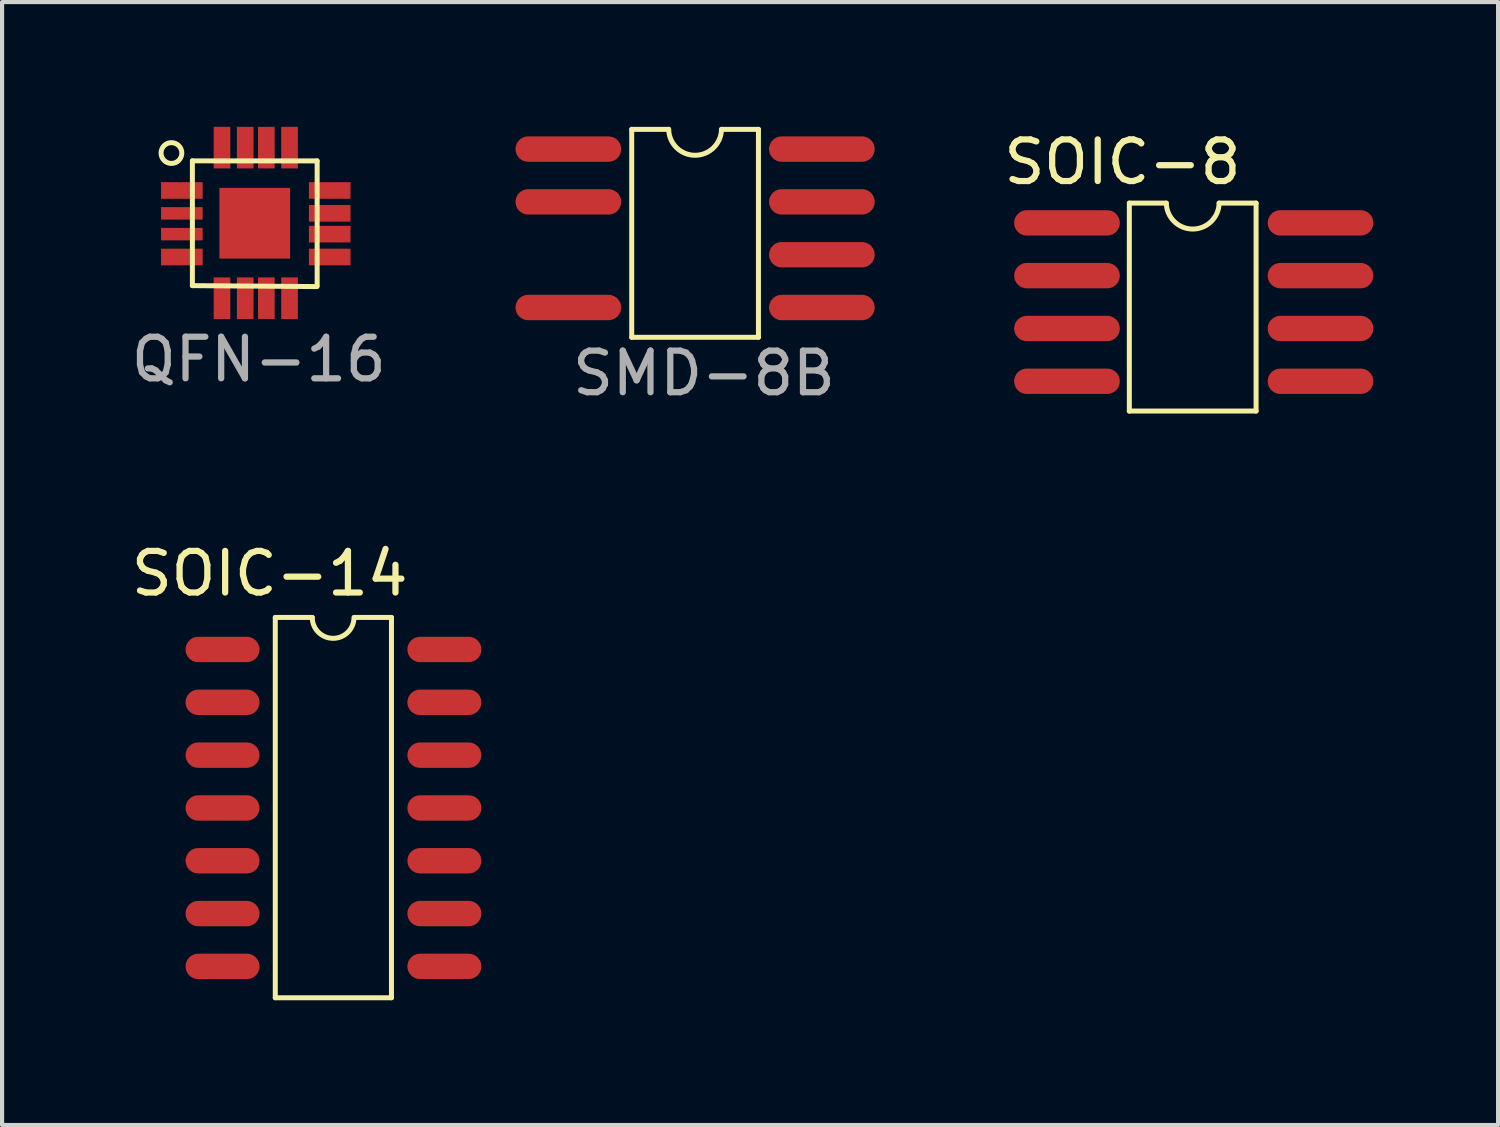
<source format=kicad_pcb>
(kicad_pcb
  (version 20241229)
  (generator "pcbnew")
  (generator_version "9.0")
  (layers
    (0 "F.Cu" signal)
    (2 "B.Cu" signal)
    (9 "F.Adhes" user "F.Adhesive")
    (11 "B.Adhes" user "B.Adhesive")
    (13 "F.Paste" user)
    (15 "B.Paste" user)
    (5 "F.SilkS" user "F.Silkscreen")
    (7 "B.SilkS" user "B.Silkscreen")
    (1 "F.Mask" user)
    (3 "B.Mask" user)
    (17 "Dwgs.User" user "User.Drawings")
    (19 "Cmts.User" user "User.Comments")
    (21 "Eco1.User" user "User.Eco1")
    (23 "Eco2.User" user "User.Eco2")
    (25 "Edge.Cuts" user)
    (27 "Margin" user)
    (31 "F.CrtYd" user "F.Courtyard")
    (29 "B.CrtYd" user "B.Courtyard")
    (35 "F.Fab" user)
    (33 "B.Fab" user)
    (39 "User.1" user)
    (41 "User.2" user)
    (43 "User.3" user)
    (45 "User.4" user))
  (footprint "SMD-8B"
    (layer "F.Cu")
    (at 13.727 2.376)
    (property "Reference" "SMD-8B" (at 0.15 3.55 0) (layer "F.Fab") (effects (font (size 1 1) (thickness 0.15))))
    (attr smd)
    (fp_line (start -1.587 -2.316) (end -1.587 2.684) (stroke (width 0.12) (type solid)) (layer "F.SilkS"))
    (fp_line (start -1.587 -2.316) (end -0.699 -2.316) (stroke (width 0.12) (type solid)) (layer "F.SilkS"))
    (fp_line (start -1.587 2.684) (end 1.46 2.684) (stroke (width 0.12) (type solid)) (layer "F.SilkS"))
    (fp_line (start 0.572 -2.316) (end 1.46 -2.316) (stroke (width 0.12) (type solid)) (layer "F.SilkS"))
    (fp_line (start 1.46 -2.316) (end 1.46 2.684) (stroke (width 0.12) (type solid)) (layer "F.SilkS"))
    (fp_arc (start 0.5715 -2.3161) (mid -0.0635 -1.68905) (end -0.6985 -2.3161) (stroke (width 0.12) (type solid)) (layer "F.SilkS"))
    (pad "1" smd oval (at -3.111 -1.841 90) (size 0.61 2.54) (layers "F.Cu" "F.Mask" "F.Paste"))
    (pad "2" smd oval (at -3.111 -0.572 90) (size 0.61 2.54) (layers "F.Cu" "F.Mask" "F.Paste"))
    (pad "4" smd oval (at -3.111 1.968 90) (size 0.61 2.54) (layers "F.Cu" "F.Mask" "F.Paste"))
    (pad "5" smd oval (at 2.985 1.968 90) (size 0.61 2.54) (layers "F.Cu" "F.Mask" "F.Paste"))
    (pad "6" smd oval (at 2.985 0.699 90) (size 0.61 2.54) (layers "F.Cu" "F.Mask" "F.Paste"))
    (pad "7" smd oval (at 2.985 -0.572 90) (size 0.61 2.54) (layers "F.Cu" "F.Mask" "F.Paste"))
    (pad "8" smd oval (at 2.985 -1.841 90) (size 0.61 2.54) (layers "F.Cu" "F.Mask" "F.Paste")))
  (footprint "SOIC-14"
    (layer "F.Cu")
    (at 4.968 16.314)
    (property "Reference" "SOIC-14" (at -1.533 -5.572 0) (layer "F.SilkS") (effects (font (size 1 1) (thickness 0.15))))
    (attr through_hole)
    (fp_line (start -1.399 -4.517) (end -0.51 -4.517) (stroke (width 0.12) (type solid)) (layer "F.SilkS"))
    (fp_line (start -1.399 4.627) (end -1.399 -4.517) (stroke (width 0.12) (type solid)) (layer "F.SilkS"))
    (fp_line (start -1.399 4.627) (end 1.395 4.627) (stroke (width 0.12) (type solid)) (layer "F.SilkS"))
    (fp_line (start 0.506 -4.517) (end 1.395 -4.517) (stroke (width 0.12) (type solid)) (layer "F.SilkS"))
    (fp_line (start 1.395 4.627) (end 1.395 -4.517) (stroke (width 0.12) (type solid)) (layer "F.SilkS"))
    (fp_arc (start 0.49408 -4.517386) (mid -0.007952 -4.019403) (end -0.510079 -4.517291) (stroke (width 0.12) (type solid)) (layer "F.SilkS"))
    (pad "1" smd oval (at -2.667 -3.747 90) (size 0.61 1.778) (layers "F.Cu" "F.Mask" "F.Paste"))
    (pad "2" smd oval (at -2.667 -2.477 90) (size 0.61 1.778) (layers "F.Cu" "F.Mask" "F.Paste"))
    (pad "3" smd oval (at -2.667 -1.206 90) (size 0.61 1.778) (layers "F.Cu" "F.Mask" "F.Paste"))
    (pad "4" smd oval (at -2.667 0.064 90) (size 0.61 1.778) (layers "F.Cu" "F.Mask" "F.Paste"))
    (pad "5" smd oval (at -2.667 1.333 90) (size 0.61 1.778) (layers "F.Cu" "F.Mask" "F.Paste"))
    (pad "6" smd oval (at -2.667 2.603 90) (size 0.61 1.778) (layers "F.Cu" "F.Mask" "F.Paste"))
    (pad "7" smd oval (at -2.667 3.873 90) (size 0.61 1.778) (layers "F.Cu" "F.Mask" "F.Paste"))
    (pad "8" smd oval (at 2.667 3.873 90) (size 0.61 1.778) (layers "F.Cu" "F.Mask" "F.Paste"))
    (pad "9" smd oval (at 2.667 2.603 90) (size 0.61 1.778) (layers "F.Cu" "F.Mask" "F.Paste"))
    (pad "10" smd oval (at 2.667 1.333 90) (size 0.61 1.778) (layers "F.Cu" "F.Mask" "F.Paste"))
    (pad "11" smd oval (at 2.667 0.064 90) (size 0.61 1.778) (layers "F.Cu" "F.Mask" "F.Paste"))
    (pad "12" smd oval (at 2.667 -1.206 90) (size 0.61 1.778) (layers "F.Cu" "F.Mask" "F.Paste"))
    (pad "13" smd oval (at 2.667 -2.477 90) (size 0.61 1.778) (layers "F.Cu" "F.Mask" "F.Paste"))
    (pad "14" smd oval (at 2.667 -3.747 90) (size 0.61 1.778) (layers "F.Cu" "F.Mask" "F.Paste")))
  (footprint "QFN-16"
    (layer "F.Cu")
    (at 2.973 2.292)
    (property "Reference" "QFN-16" (at 0.2 3.3 0) (layer "F.Fab") (effects (font (size 1 1) (thickness 0.15))))
    (attr smd)
    (fp_line (start -1.397 -1.474) (end -1.397 1.526) (stroke (width 0.12) (type solid)) (layer "F.SilkS"))
    (fp_line (start -1.397 -1.474) (end 1.6 -1.473) (stroke (width 0.12) (type solid)) (layer "F.SilkS"))
    (fp_line (start -1.397 1.526) (end 1.6 1.549) (stroke (width 0.12) (type solid)) (layer "F.SilkS"))
    (fp_line (start 1.603 -1.474) (end 1.603 1.526) (stroke (width 0.12) (type solid)) (layer "F.SilkS"))
    (fp_circle (center -1.901 -1.662) (end -1.651 -1.662) (stroke (width 0.12) (type solid)) (fill no) (layer "F.SilkS"))
    (pad "1" smd rect (at -1.651 -0.762 270) (size 0.4 1) (layers "F.Cu" "F.Mask" "F.Paste"))
    (pad "2" smd rect (at -1.651 -0.212 270) (size 0.3 1) (layers "F.Cu" "F.Mask" "F.Paste"))
    (pad "3" smd rect (at -1.651 0.288 270) (size 0.3 1) (layers "F.Cu" "F.Mask" "F.Paste"))
    (pad "4" smd rect (at -1.651 0.838 270) (size 0.4 1) (layers "F.Cu" "F.Mask" "F.Paste"))
    (pad "5" smd rect (at -0.685 1.828) (size 0.4 1) (layers "F.Cu" "F.Mask" "F.Paste"))
    (pad "6" smd rect (at -0.127 1.828) (size 0.4 1) (layers "F.Cu" "F.Mask" "F.Paste"))
    (pad "7" smd rect (at 0.381 1.828) (size 0.4 1) (layers "F.Cu" "F.Mask" "F.Paste"))
    (pad "8" smd rect (at 0.939 1.828) (size 0.4 1) (layers "F.Cu" "F.Mask" "F.Paste"))
    (pad "9" smd rect (at 1.905 0.838 270) (size 0.4 1) (layers "F.Cu" "F.Mask" "F.Paste"))
    (pad "10" smd rect (at 1.905 0.288 270) (size 0.4 1) (layers "F.Cu" "F.Mask" "F.Paste"))
    (pad "11" smd rect (at 1.905 -0.212 270) (size 0.4 1) (layers "F.Cu" "F.Mask" "F.Paste"))
    (pad "12" smd rect (at 1.905 -0.762 270) (size 0.4 1) (layers "F.Cu" "F.Mask" "F.Paste"))
    (pad "13" smd rect (at 0.939 -1.792) (size 0.4 1) (layers "F.Cu" "F.Mask" "F.Paste"))
    (pad "14" smd rect (at 0.381 -1.792) (size 0.4 1) (layers "F.Cu" "F.Mask" "F.Paste"))
    (pad "15" smd rect (at -0.127 -1.792) (size 0.4 1) (layers "F.Cu" "F.Mask" "F.Paste"))
    (pad "16" smd rect (at -0.685 -1.792) (size 0.4 1) (layers "F.Cu" "F.Mask" "F.Paste"))
    (pad "17" smd rect (at 0.103 0.026 180) (size 1.7 1.7) (layers "F.Cu" "F.Mask" "F.Paste")))
  (footprint "SOIC-8"
    (layer "F.Cu")
    (at 25.591 4.277)
    (property "Reference" "SOIC-8" (at -1.651 -3.429 0) (layer "F.SilkS") (effects (font (size 1 1) (thickness 0.15))))
    (attr smd)
    (fp_line (start -1.486 -2.443) (end -1.486 2.557) (stroke (width 0.12) (type solid)) (layer "F.SilkS"))
    (fp_line (start -1.486 -2.443) (end -0.597 -2.443) (stroke (width 0.12) (type solid)) (layer "F.SilkS"))
    (fp_line (start -1.486 2.557) (end 1.562 2.557) (stroke (width 0.12) (type solid)) (layer "F.SilkS"))
    (fp_line (start 0.673 -2.443) (end 1.562 -2.443) (stroke (width 0.12) (type solid)) (layer "F.SilkS"))
    (fp_line (start 1.562 -2.443) (end 1.562 2.557) (stroke (width 0.12) (type solid)) (layer "F.SilkS"))
    (fp_arc (start 0.6731 -2.4431) (mid 0.0381 -1.81605) (end -0.5969 -2.4431) (stroke (width 0.12) (type solid)) (layer "F.SilkS"))
    (pad "1" smd oval (at -2.985 -1.968 90) (size 0.61 2.54) (layers "F.Cu" "F.Mask" "F.Paste"))
    (pad "2" smd oval (at -2.985 -0.699 90) (size 0.61 2.54) (layers "F.Cu" "F.Mask" "F.Paste"))
    (pad "3" smd oval (at -2.985 0.572 90) (size 0.61 2.54) (layers "F.Cu" "F.Mask" "F.Paste"))
    (pad "4" smd oval (at -2.985 1.841 90) (size 0.61 2.54) (layers "F.Cu" "F.Mask" "F.Paste"))
    (pad "5" smd oval (at 3.111 1.841 90) (size 0.61 2.54) (layers "F.Cu" "F.Mask" "F.Paste"))
    (pad "6" smd oval (at 3.111 0.572 90) (size 0.61 2.54) (layers "F.Cu" "F.Mask" "F.Paste"))
    (pad "7" smd oval (at 3.111 -0.699 90) (size 0.61 2.54) (layers "F.Cu" "F.Mask" "F.Paste"))
    (pad "8" smd oval (at 3.111 -1.968 90) (size 0.61 2.54) (layers "F.Cu" "F.Mask" "F.Paste")))
  (gr_rect
    (start -3 -3)
    (end 32.972 24.001)
    (stroke (width 0.1) (type default))
    (fill no)
    (layer "Edge.Cuts")))
</source>
